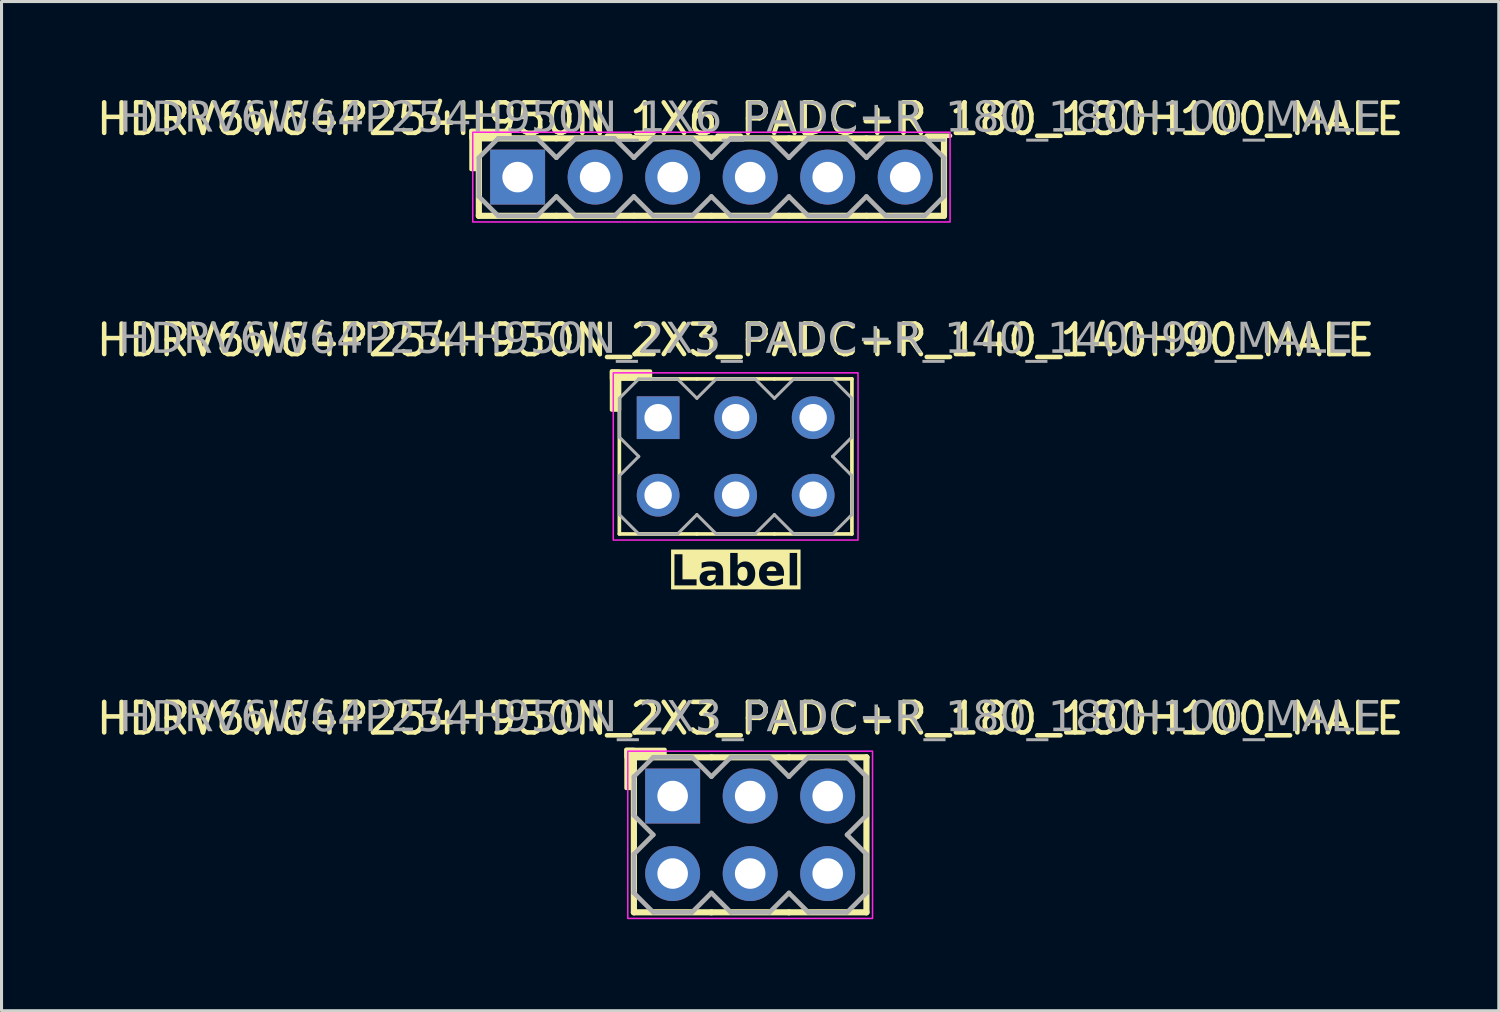
<source format=kicad_pcb>
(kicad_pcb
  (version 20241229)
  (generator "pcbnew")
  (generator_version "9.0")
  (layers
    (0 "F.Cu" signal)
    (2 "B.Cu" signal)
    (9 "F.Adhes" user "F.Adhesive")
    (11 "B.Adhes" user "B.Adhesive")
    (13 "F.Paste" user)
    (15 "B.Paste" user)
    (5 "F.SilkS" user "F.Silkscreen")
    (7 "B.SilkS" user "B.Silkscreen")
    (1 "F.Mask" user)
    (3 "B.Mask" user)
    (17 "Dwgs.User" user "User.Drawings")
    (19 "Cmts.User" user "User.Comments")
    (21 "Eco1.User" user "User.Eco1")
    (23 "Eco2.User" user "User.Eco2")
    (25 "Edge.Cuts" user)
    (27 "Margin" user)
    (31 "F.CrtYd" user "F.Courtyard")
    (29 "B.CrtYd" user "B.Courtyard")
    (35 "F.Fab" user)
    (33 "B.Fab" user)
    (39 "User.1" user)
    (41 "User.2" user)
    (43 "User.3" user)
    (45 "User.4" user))
  (footprint "HDRV6W64P254H950N_2X3_PADC+R_180_180H100_MALE"
    (layer "F.Cu")
    (at 21.53 24.303)
    (property "Reference" "HDRV6W64P254H950N_2X3_PADC+R_180_180H100_MALE" (at 0 -3.81 0) (layer "F.SilkS") (effects (font (size 1 1) (thickness 0.15))))
    (attr through_hole)
    (fp_line (start -3.81 2.54) (end -3.81 -2.54) (stroke (width 0.203) (type solid)) (layer "F.SilkS"))
    (fp_line (start -1.27 -2.54) (end -3.81 -2.54) (stroke (width 0.203) (type solid)) (layer "F.SilkS"))
    (fp_line (start -1.27 2.54) (end -3.81 2.54) (stroke (width 0.203) (type solid)) (layer "F.SilkS"))
    (fp_line (start 1.27 -2.54) (end -1.27 -2.54) (stroke (width 0.203) (type solid)) (layer "F.SilkS"))
    (fp_line (start 1.27 2.54) (end -1.27 2.54) (stroke (width 0.203) (type solid)) (layer "F.SilkS"))
    (fp_line (start 3.81 -2.54) (end 1.27 -2.54) (stroke (width 0.203) (type solid)) (layer "F.SilkS"))
    (fp_line (start 3.81 2.54) (end 1.27 2.54) (stroke (width 0.203) (type solid)) (layer "F.SilkS"))
    (fp_line (start 3.81 2.54) (end 3.81 -2.54) (stroke (width 0.203) (type solid)) (layer "F.SilkS"))
    (fp_rect (start -4.064 -1.524) (end -3.81 -2.794) (stroke (width 0.12) (type solid)) (fill yes) (layer "F.SilkS"))
    (fp_rect (start -2.794 -2.54) (end -4.064 -2.794) (stroke (width 0.12) (type solid)) (fill yes) (layer "F.SilkS"))
    (fp_rect (start -4.01 -2.74) (end 4.01 2.74) (stroke (width 0.05) (type default)) (fill no) (layer "F.CrtYd"))
    (fp_line (start -3.81 -1.905) (end -3.81 -0.635) (stroke (width 0.152) (type solid)) (layer "F.Fab"))
    (fp_line (start -3.81 -1.905) (end -3.175 -2.54) (stroke (width 0.152) (type solid)) (layer "F.Fab"))
    (fp_line (start -3.81 0.635) (end -3.81 1.905) (stroke (width 0.152) (type solid)) (layer "F.Fab"))
    (fp_line (start -3.175 -2.54) (end -1.905 -2.54) (stroke (width 0.152) (type solid)) (layer "F.Fab"))
    (fp_line (start -3.175 0) (end -3.81 -0.635) (stroke (width 0.152) (type solid)) (layer "F.Fab"))
    (fp_line (start -3.175 0) (end -3.81 0.635) (stroke (width 0.152) (type solid)) (layer "F.Fab"))
    (fp_line (start -3.175 2.54) (end -3.81 1.905) (stroke (width 0.152) (type solid)) (layer "F.Fab"))
    (fp_line (start -1.905 -2.54) (end -1.27 -1.905) (stroke (width 0.152) (type solid)) (layer "F.Fab"))
    (fp_line (start -1.905 2.54) (end -3.175 2.54) (stroke (width 0.152) (type solid)) (layer "F.Fab"))
    (fp_line (start -1.27 -1.905) (end -0.635 -2.54) (stroke (width 0.152) (type solid)) (layer "F.Fab"))
    (fp_line (start -1.27 1.905) (end -1.905 2.54) (stroke (width 0.152) (type solid)) (layer "F.Fab"))
    (fp_line (start -0.635 -2.54) (end 0.635 -2.54) (stroke (width 0.152) (type solid)) (layer "F.Fab"))
    (fp_line (start -0.635 2.54) (end -1.27 1.905) (stroke (width 0.152) (type solid)) (layer "F.Fab"))
    (fp_line (start 0.635 -2.54) (end 1.27 -1.905) (stroke (width 0.152) (type solid)) (layer "F.Fab"))
    (fp_line (start 0.635 2.54) (end -0.635 2.54) (stroke (width 0.152) (type solid)) (layer "F.Fab"))
    (fp_line (start 1.27 -1.905) (end 1.905 -2.54) (stroke (width 0.152) (type solid)) (layer "F.Fab"))
    (fp_line (start 1.27 1.905) (end 0.635 2.54) (stroke (width 0.152) (type solid)) (layer "F.Fab"))
    (fp_line (start 1.905 -2.54) (end 3.175 -2.54) (stroke (width 0.152) (type solid)) (layer "F.Fab"))
    (fp_line (start 1.905 2.54) (end 1.27 1.905) (stroke (width 0.152) (type solid)) (layer "F.Fab"))
    (fp_line (start 3.175 -2.54) (end 3.81 -1.905) (stroke (width 0.152) (type solid)) (layer "F.Fab"))
    (fp_line (start 3.175 0) (end 3.81 0.635) (stroke (width 0.152) (type solid)) (layer "F.Fab"))
    (fp_line (start 3.175 2.54) (end 1.905 2.54) (stroke (width 0.152) (type solid)) (layer "F.Fab"))
    (fp_line (start 3.81 -1.905) (end 3.81 -0.635) (stroke (width 0.152) (type solid)) (layer "F.Fab"))
    (fp_line (start 3.81 -0.635) (end 3.175 0) (stroke (width 0.152) (type solid)) (layer "F.Fab"))
    (fp_line (start 3.81 0.635) (end 3.81 1.905) (stroke (width 0.152) (type solid)) (layer "F.Fab"))
    (fp_line (start 3.81 1.905) (end 3.175 2.54) (stroke (width 0.152) (type solid)) (layer "F.Fab"))
    (fp_rect (start -2.286 -1.524) (end -2.794 -1.016) (stroke (width 0.152) (type solid)) (fill no) (layer "F.Fab"))
    (fp_rect (start -2.286 1.016) (end -2.794 1.524) (stroke (width 0.152) (type solid)) (fill no) (layer "F.Fab"))
    (fp_rect (start 0.254 -1.524) (end -0.254 -1.016) (stroke (width 0.152) (type solid)) (fill no) (layer "F.Fab"))
    (fp_rect (start 0.254 1.016) (end -0.254 1.524) (stroke (width 0.152) (type solid)) (fill no) (layer "F.Fab"))
    (fp_rect (start 2.794 -1.524) (end 2.286 -1.016) (stroke (width 0.152) (type solid)) (fill no) (layer "F.Fab"))
    (fp_rect (start 2.794 1.016) (end 2.286 1.524) (stroke (width 0.152) (type solid)) (fill no) (layer "F.Fab"))
    (fp_text user "${REFERENCE}" (at 0 -3.81 0) (layer "F.Fab") (effects (font (face "Tahoma") (size 1 1) (thickness 0.15))))
    (pad "1" thru_hole rect (at -2.54 -1.27) (size 1.8 1.8) (drill 1) (layers "*.Cu" "*.Mask"))
    (pad "2" thru_hole circle (at -2.54 1.27) (size 1.8 1.8) (drill 1) (layers "*.Cu" "*.Mask"))
    (pad "3" thru_hole circle (at 0 -1.27) (size 1.8 1.8) (drill 1) (layers "*.Cu" "*.Mask"))
    (pad "4" thru_hole circle (at 0 1.27) (size 1.8 1.8) (drill 1) (layers "*.Cu" "*.Mask"))
    (pad "5" thru_hole circle (at 2.54 -1.27) (size 1.8 1.8) (drill 1) (layers "*.Cu" "*.Mask"))
    (pad "6" thru_hole circle (at 2.54 1.27) (size 1.8 1.8) (drill 1) (layers "*.Cu" "*.Mask")))
  (footprint "HDRV6W64P254H950N_1X6_PADC+R_180_180H100_MALE"
    (layer "F.Cu")
    (at 20.26 2.753)
    (property "Reference" "HDRV6W64P254H950N_1X6_PADC+R_180_180H100_MALE" (at 1.27 -1.905 0) (layer "F.SilkS") (effects (font (size 1 1) (thickness 0.15))))
    (attr through_hole)
    (fp_line (start -7.62 1.27) (end -7.62 -1.27) (stroke (width 0.203) (type solid)) (layer "F.SilkS"))
    (fp_line (start -5.08 -1.27) (end -7.62 -1.27) (stroke (width 0.203) (type solid)) (layer "F.SilkS"))
    (fp_line (start -5.08 1.27) (end -7.62 1.27) (stroke (width 0.203) (type solid)) (layer "F.SilkS"))
    (fp_line (start -2.54 -1.27) (end -5.08 -1.27) (stroke (width 0.203) (type solid)) (layer "F.SilkS"))
    (fp_line (start -2.54 1.27) (end -5.08 1.27) (stroke (width 0.203) (type solid)) (layer "F.SilkS"))
    (fp_line (start 0 -1.27) (end -2.54 -1.27) (stroke (width 0.203) (type solid)) (layer "F.SilkS"))
    (fp_line (start 0 1.27) (end -2.54 1.27) (stroke (width 0.203) (type solid)) (layer "F.SilkS"))
    (fp_line (start 2.54 -1.27) (end 0 -1.27) (stroke (width 0.203) (type solid)) (layer "F.SilkS"))
    (fp_line (start 2.54 1.27) (end 0 1.27) (stroke (width 0.203) (type solid)) (layer "F.SilkS"))
    (fp_line (start 5.08 -1.27) (end 2.54 -1.27) (stroke (width 0.203) (type solid)) (layer "F.SilkS"))
    (fp_line (start 5.08 1.27) (end 2.54 1.27) (stroke (width 0.203) (type solid)) (layer "F.SilkS"))
    (fp_line (start 7.62 -1.27) (end 5.08 -1.27) (stroke (width 0.203) (type solid)) (layer "F.SilkS"))
    (fp_line (start 7.62 1.27) (end 5.08 1.27) (stroke (width 0.203) (type solid)) (layer "F.SilkS"))
    (fp_line (start 7.62 1.27) (end 7.62 -1.27) (stroke (width 0.203) (type solid)) (layer "F.SilkS"))
    (fp_rect (start -7.874 -0.254) (end -7.62 -1.524) (stroke (width 0.12) (type solid)) (fill yes) (layer "F.SilkS"))
    (fp_rect (start -6.604 -1.27) (end -7.874 -1.524) (stroke (width 0.12) (type solid)) (fill yes) (layer "F.SilkS"))
    (fp_rect (start -7.82 -1.47) (end 7.82 1.47) (stroke (width 0.05) (type default)) (fill no) (layer "F.CrtYd"))
    (fp_line (start -7.62 -0.635) (end -7.62 0.635) (stroke (width 0.152) (type solid)) (layer "F.Fab"))
    (fp_line (start -7.62 -0.635) (end -6.985 -1.27) (stroke (width 0.152) (type solid)) (layer "F.Fab"))
    (fp_line (start -6.985 -1.27) (end -5.715 -1.27) (stroke (width 0.152) (type solid)) (layer "F.Fab"))
    (fp_line (start -6.985 1.27) (end -7.62 0.635) (stroke (width 0.152) (type solid)) (layer "F.Fab"))
    (fp_line (start -5.715 -1.27) (end -5.08 -0.635) (stroke (width 0.152) (type solid)) (layer "F.Fab"))
    (fp_line (start -5.715 1.27) (end -6.985 1.27) (stroke (width 0.152) (type solid)) (layer "F.Fab"))
    (fp_line (start -5.08 -0.635) (end -4.445 -1.27) (stroke (width 0.152) (type solid)) (layer "F.Fab"))
    (fp_line (start -5.08 0.635) (end -5.715 1.27) (stroke (width 0.152) (type solid)) (layer "F.Fab"))
    (fp_line (start -4.445 -1.27) (end -3.175 -1.27) (stroke (width 0.152) (type solid)) (layer "F.Fab"))
    (fp_line (start -4.445 1.27) (end -5.08 0.635) (stroke (width 0.152) (type solid)) (layer "F.Fab"))
    (fp_line (start -3.175 -1.27) (end -2.54 -0.635) (stroke (width 0.152) (type solid)) (layer "F.Fab"))
    (fp_line (start -3.175 1.27) (end -4.445 1.27) (stroke (width 0.152) (type solid)) (layer "F.Fab"))
    (fp_line (start -2.54 -0.635) (end -1.905 -1.27) (stroke (width 0.152) (type solid)) (layer "F.Fab"))
    (fp_line (start -2.54 0.635) (end -3.175 1.27) (stroke (width 0.152) (type solid)) (layer "F.Fab"))
    (fp_line (start -1.905 -1.27) (end -0.635 -1.27) (stroke (width 0.152) (type solid)) (layer "F.Fab"))
    (fp_line (start -1.905 1.27) (end -2.54 0.635) (stroke (width 0.152) (type solid)) (layer "F.Fab"))
    (fp_line (start -0.635 -1.27) (end 0 -0.635) (stroke (width 0.152) (type solid)) (layer "F.Fab"))
    (fp_line (start -0.635 1.27) (end -1.905 1.27) (stroke (width 0.152) (type solid)) (layer "F.Fab"))
    (fp_line (start 0 -0.635) (end 0.635 -1.27) (stroke (width 0.152) (type solid)) (layer "F.Fab"))
    (fp_line (start 0 0.635) (end -0.635 1.27) (stroke (width 0.152) (type solid)) (layer "F.Fab"))
    (fp_line (start 0.635 -1.27) (end 1.905 -1.27) (stroke (width 0.152) (type solid)) (layer "F.Fab"))
    (fp_line (start 0.635 1.27) (end 0 0.635) (stroke (width 0.152) (type solid)) (layer "F.Fab"))
    (fp_line (start 1.905 -1.27) (end 2.54 -0.635) (stroke (width 0.152) (type solid)) (layer "F.Fab"))
    (fp_line (start 1.905 1.27) (end 0.635 1.27) (stroke (width 0.152) (type solid)) (layer "F.Fab"))
    (fp_line (start 2.54 -0.635) (end 3.175 -1.27) (stroke (width 0.152) (type solid)) (layer "F.Fab"))
    (fp_line (start 2.54 0.635) (end 1.905 1.27) (stroke (width 0.152) (type solid)) (layer "F.Fab"))
    (fp_line (start 3.175 -1.27) (end 4.445 -1.27) (stroke (width 0.152) (type solid)) (layer "F.Fab"))
    (fp_line (start 3.175 1.27) (end 2.54 0.635) (stroke (width 0.152) (type solid)) (layer "F.Fab"))
    (fp_line (start 4.445 -1.27) (end 5.08 -0.635) (stroke (width 0.152) (type solid)) (layer "F.Fab"))
    (fp_line (start 4.445 1.27) (end 3.175 1.27) (stroke (width 0.152) (type solid)) (layer "F.Fab"))
    (fp_line (start 5.08 -0.635) (end 5.715 -1.27) (stroke (width 0.152) (type solid)) (layer "F.Fab"))
    (fp_line (start 5.08 0.635) (end 4.445 1.27) (stroke (width 0.152) (type solid)) (layer "F.Fab"))
    (fp_line (start 5.715 -1.27) (end 6.985 -1.27) (stroke (width 0.152) (type solid)) (layer "F.Fab"))
    (fp_line (start 5.715 1.27) (end 5.08 0.635) (stroke (width 0.152) (type solid)) (layer "F.Fab"))
    (fp_line (start 6.985 -1.27) (end 7.62 -0.635) (stroke (width 0.152) (type solid)) (layer "F.Fab"))
    (fp_line (start 6.985 1.27) (end 5.715 1.27) (stroke (width 0.152) (type solid)) (layer "F.Fab"))
    (fp_line (start 7.62 -0.635) (end 7.62 0.635) (stroke (width 0.152) (type solid)) (layer "F.Fab"))
    (fp_line (start 7.62 0.635) (end 6.985 1.27) (stroke (width 0.152) (type solid)) (layer "F.Fab"))
    (fp_rect (start -6.096 -0.254) (end -6.604 0.254) (stroke (width 0.152) (type solid)) (fill no) (layer "F.Fab"))
    (fp_rect (start -3.556 -0.254) (end -4.064 0.254) (stroke (width 0.152) (type solid)) (fill no) (layer "F.Fab"))
    (fp_rect (start -1.016 -0.254) (end -1.524 0.254) (stroke (width 0.152) (type solid)) (fill no) (layer "F.Fab"))
    (fp_rect (start 1.524 -0.254) (end 1.016 0.254) (stroke (width 0.152) (type solid)) (fill no) (layer "F.Fab"))
    (fp_rect (start 4.064 -0.254) (end 3.556 0.254) (stroke (width 0.152) (type solid)) (fill no) (layer "F.Fab"))
    (fp_rect (start 6.604 -0.254) (end 6.096 0.254) (stroke (width 0.152) (type solid)) (fill no) (layer "F.Fab"))
    (fp_text user "${REFERENCE}" (at 1.27 -1.905 0) (layer "F.Fab") (effects (font (face "Tahoma") (size 1 1) (thickness 0.15))))
    (pad "1" thru_hole rect (at -6.35 0) (size 1.8 1.8) (drill 1) (layers "*.Cu" "*.Mask"))
    (pad "2" thru_hole circle (at -3.81 0) (size 1.8 1.8) (drill 1) (layers "*.Cu" "*.Mask"))
    (pad "3" thru_hole circle (at -1.27 0) (size 1.8 1.8) (drill 1) (layers "*.Cu" "*.Mask"))
    (pad "4" thru_hole circle (at 1.27 0) (size 1.8 1.8) (drill 1) (layers "*.Cu" "*.Mask"))
    (pad "5" thru_hole circle (at 3.81 0) (size 1.8 1.8) (drill 1) (layers "*.Cu" "*.Mask"))
    (pad "6" thru_hole circle (at 6.35 0) (size 1.8 1.8) (drill 1) (layers "*.Cu" "*.Mask")))
  (footprint "HDRV6W64P254H950N_2X3_PADC+R_140_140H90_MALE"
    (layer "F.Cu")
    (at 21.054 11.906)
    (property "Reference" "HDRV6W64P254H950N_2X3_PADC+R_140_140H90_MALE" (at 0 -3.81 0) (layer "F.SilkS") (effects (font (size 1 1) (thickness 0.15))))
    (property "Label" "Label" (at 0 3.81 0) (layer "F.SilkS" knockout) (effects (font (face "Tahoma") (size 1 1) (thickness 0.2) (bold yes))))
    (attr through_hole)
    (fp_line (start -3.81 2.54) (end -3.81 -2.54) (stroke (width 0.12) (type solid)) (layer "F.SilkS"))
    (fp_line (start -1.27 -2.54) (end -3.81 -2.54) (stroke (width 0.12) (type solid)) (layer "F.SilkS"))
    (fp_line (start -1.27 2.54) (end -3.81 2.54) (stroke (width 0.12) (type solid)) (layer "F.SilkS"))
    (fp_line (start 1.27 -2.54) (end -1.27 -2.54) (stroke (width 0.12) (type solid)) (layer "F.SilkS"))
    (fp_line (start 1.27 2.54) (end -1.27 2.54) (stroke (width 0.12) (type solid)) (layer "F.SilkS"))
    (fp_line (start 3.81 -2.54) (end 1.27 -2.54) (stroke (width 0.12) (type solid)) (layer "F.SilkS"))
    (fp_line (start 3.81 2.54) (end 1.27 2.54) (stroke (width 0.12) (type solid)) (layer "F.SilkS"))
    (fp_line (start 3.81 2.54) (end 3.81 -2.54) (stroke (width 0.12) (type solid)) (layer "F.SilkS"))
    (fp_rect (start -4.064 -1.524) (end -3.81 -2.794) (stroke (width 0.12) (type solid)) (fill yes) (layer "F.SilkS"))
    (fp_rect (start -2.794 -2.54) (end -4.064 -2.794) (stroke (width 0.12) (type solid)) (fill yes) (layer "F.SilkS"))
    (fp_rect (start -4.01 -2.74) (end 4.01 2.74) (stroke (width 0.05) (type default)) (fill no) (layer "F.CrtYd"))
    (fp_line (start -3.81 -1.905) (end -3.81 -0.635) (stroke (width 0.1) (type solid)) (layer "F.Fab"))
    (fp_line (start -3.81 -1.905) (end -3.175 -2.54) (stroke (width 0.1) (type solid)) (layer "F.Fab"))
    (fp_line (start -3.81 0.635) (end -3.81 1.905) (stroke (width 0.1) (type solid)) (layer "F.Fab"))
    (fp_line (start -3.175 -2.54) (end -1.905 -2.54) (stroke (width 0.1) (type solid)) (layer "F.Fab"))
    (fp_line (start -3.175 0) (end -3.81 -0.635) (stroke (width 0.1) (type solid)) (layer "F.Fab"))
    (fp_line (start -3.175 0) (end -3.81 0.635) (stroke (width 0.1) (type solid)) (layer "F.Fab"))
    (fp_line (start -3.175 2.54) (end -3.81 1.905) (stroke (width 0.1) (type solid)) (layer "F.Fab"))
    (fp_line (start -1.905 -2.54) (end -1.27 -1.905) (stroke (width 0.1) (type solid)) (layer "F.Fab"))
    (fp_line (start -1.905 2.54) (end -3.175 2.54) (stroke (width 0.1) (type solid)) (layer "F.Fab"))
    (fp_line (start -1.27 -1.905) (end -0.635 -2.54) (stroke (width 0.1) (type solid)) (layer "F.Fab"))
    (fp_line (start -1.27 1.905) (end -1.905 2.54) (stroke (width 0.1) (type solid)) (layer "F.Fab"))
    (fp_line (start -0.635 -2.54) (end 0.635 -2.54) (stroke (width 0.1) (type solid)) (layer "F.Fab"))
    (fp_line (start -0.635 2.54) (end -1.27 1.905) (stroke (width 0.1) (type solid)) (layer "F.Fab"))
    (fp_line (start 0.635 -2.54) (end 1.27 -1.905) (stroke (width 0.1) (type solid)) (layer "F.Fab"))
    (fp_line (start 0.635 2.54) (end -0.635 2.54) (stroke (width 0.1) (type solid)) (layer "F.Fab"))
    (fp_line (start 1.27 -1.905) (end 1.905 -2.54) (stroke (width 0.1) (type solid)) (layer "F.Fab"))
    (fp_line (start 1.27 1.905) (end 0.635 2.54) (stroke (width 0.1) (type solid)) (layer "F.Fab"))
    (fp_line (start 1.905 -2.54) (end 3.175 -2.54) (stroke (width 0.1) (type solid)) (layer "F.Fab"))
    (fp_line (start 1.905 2.54) (end 1.27 1.905) (stroke (width 0.1) (type solid)) (layer "F.Fab"))
    (fp_line (start 3.175 -2.54) (end 3.81 -1.905) (stroke (width 0.1) (type solid)) (layer "F.Fab"))
    (fp_line (start 3.175 0) (end 3.81 0.635) (stroke (width 0.1) (type solid)) (layer "F.Fab"))
    (fp_line (start 3.175 2.54) (end 1.905 2.54) (stroke (width 0.1) (type solid)) (layer "F.Fab"))
    (fp_line (start 3.81 -1.905) (end 3.81 -0.635) (stroke (width 0.1) (type solid)) (layer "F.Fab"))
    (fp_line (start 3.81 -0.635) (end 3.175 0) (stroke (width 0.1) (type solid)) (layer "F.Fab"))
    (fp_line (start 3.81 0.635) (end 3.81 1.905) (stroke (width 0.1) (type solid)) (layer "F.Fab"))
    (fp_line (start 3.81 1.905) (end 3.175 2.54) (stroke (width 0.1) (type solid)) (layer "F.Fab"))
    (fp_rect (start -2.286 -1.524) (end -2.794 -1.016) (stroke (width 0.1) (type solid)) (fill no) (layer "F.Fab"))
    (fp_rect (start -2.286 1.016) (end -2.794 1.524) (stroke (width 0.1) (type solid)) (fill no) (layer "F.Fab"))
    (fp_rect (start 0.254 -1.524) (end -0.254 -1.016) (stroke (width 0.1) (type solid)) (fill no) (layer "F.Fab"))
    (fp_rect (start 0.254 1.016) (end -0.254 1.524) (stroke (width 0.1) (type solid)) (fill no) (layer "F.Fab"))
    (fp_rect (start 2.794 -1.524) (end 2.286 -1.016) (stroke (width 0.1) (type solid)) (fill no) (layer "F.Fab"))
    (fp_rect (start 2.794 1.016) (end 2.286 1.524) (stroke (width 0.1) (type solid)) (fill no) (layer "F.Fab"))
    (fp_text user "${REFERENCE}" (at 0 -3.81 0) (layer "F.Fab") (effects (font (face "Tahoma") (size 1 1) (thickness 0.15))))
    (pad "1" thru_hole rect (at -2.54 -1.27) (size 1.4 1.4) (drill 0.9) (layers "*.Cu" "*.Mask"))
    (pad "2" thru_hole circle (at -2.54 1.27) (size 1.4 1.4) (drill 0.9) (layers "*.Cu" "*.Mask"))
    (pad "3" thru_hole circle (at 0 -1.27) (size 1.4 1.4) (drill 0.9) (layers "*.Cu" "*.Mask"))
    (pad "4" thru_hole circle (at 0 1.27) (size 1.4 1.4) (drill 0.9) (layers "*.Cu" "*.Mask"))
    (pad "5" thru_hole circle (at 2.54 -1.27) (size 1.4 1.4) (drill 0.9) (layers "*.Cu" "*.Mask"))
    (pad "6" thru_hole circle (at 2.54 1.27) (size 1.4 1.4) (drill 0.9) (layers "*.Cu" "*.Mask")))
  (gr_rect
    (start -3 -3)
    (end 46.06 30.068)
    (stroke (width 0.1) (type default))
    (fill no)
    (layer "Edge.Cuts")))
</source>
